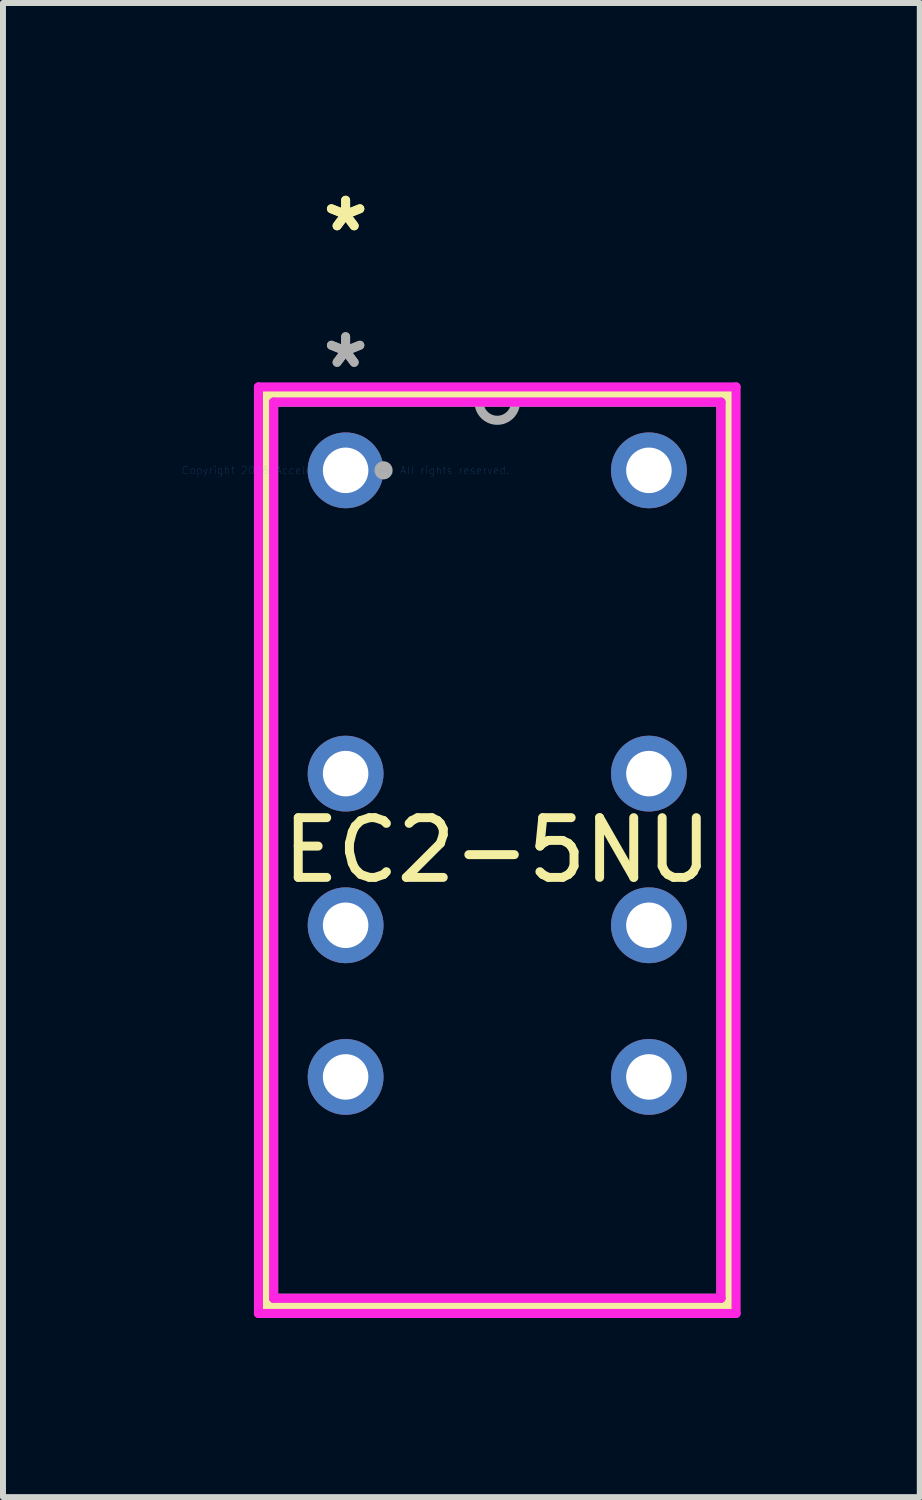
<source format=kicad_pcb>
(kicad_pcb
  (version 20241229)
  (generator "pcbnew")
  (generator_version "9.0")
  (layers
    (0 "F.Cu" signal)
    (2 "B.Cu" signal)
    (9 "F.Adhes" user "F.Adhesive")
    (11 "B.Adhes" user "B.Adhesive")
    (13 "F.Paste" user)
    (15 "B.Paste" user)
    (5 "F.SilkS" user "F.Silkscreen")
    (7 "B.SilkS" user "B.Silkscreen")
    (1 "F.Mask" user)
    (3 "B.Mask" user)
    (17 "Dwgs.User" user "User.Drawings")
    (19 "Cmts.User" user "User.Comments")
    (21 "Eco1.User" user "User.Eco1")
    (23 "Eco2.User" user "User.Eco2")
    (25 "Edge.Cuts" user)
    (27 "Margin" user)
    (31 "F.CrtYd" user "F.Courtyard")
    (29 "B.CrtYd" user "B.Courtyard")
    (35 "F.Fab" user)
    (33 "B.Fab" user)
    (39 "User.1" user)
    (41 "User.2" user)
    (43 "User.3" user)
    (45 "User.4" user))
  (footprint "EC2-5NU"
    (layer "F.Cu")
    (at 2.739 4.828)
    (property "Reference" "EC2-5NU" (at 2.54 6.363 0) (layer "F.SilkS") (effects (font (size 1 1) (thickness 0.15))))
    (attr through_hole)
    (fp_line (start -1.333 -1.27) (end -1.333 13.995) (stroke (width 0.152) (type solid)) (layer "F.SilkS"))
    (fp_line (start -1.333 13.995) (end 6.413 13.995) (stroke (width 0.152) (type solid)) (layer "F.SilkS"))
    (fp_line (start 6.413 -1.27) (end -1.333 -1.27) (stroke (width 0.152) (type solid)) (layer "F.SilkS"))
    (fp_line (start 6.413 13.995) (end 6.413 -1.27) (stroke (width 0.152) (type solid)) (layer "F.SilkS"))
    (fp_line (start -1.46 -1.397) (end 6.54 -1.397) (stroke (width 0.152) (type solid)) (layer "F.CrtYd"))
    (fp_line (start -1.46 14.122) (end -1.46 -1.397) (stroke (width 0.152) (type solid)) (layer "F.CrtYd"))
    (fp_line (start -1.206 -1.143) (end 6.287 -1.143) (stroke (width 0.152) (type solid)) (layer "F.CrtYd"))
    (fp_line (start -1.206 13.868) (end -1.206 -1.143) (stroke (width 0.152) (type solid)) (layer "F.CrtYd"))
    (fp_line (start 6.287 -1.143) (end 6.287 13.868) (stroke (width 0.152) (type solid)) (layer "F.CrtYd"))
    (fp_line (start 6.287 13.868) (end -1.206 13.868) (stroke (width 0.152) (type solid)) (layer "F.CrtYd"))
    (fp_line (start 6.54 -1.397) (end 6.54 14.122) (stroke (width 0.152) (type solid)) (layer "F.CrtYd"))
    (fp_line (start 6.54 14.122) (end -1.46 14.122) (stroke (width 0.152) (type solid)) (layer "F.CrtYd"))
    (fp_line (start -1.206 -1.143) (end -1.206 13.868) (stroke (width 0.152) (type solid)) (layer "F.Fab"))
    (fp_line (start -1.206 13.868) (end 6.287 13.868) (stroke (width 0.152) (type solid)) (layer "F.Fab"))
    (fp_line (start 6.287 -1.143) (end -1.206 -1.143) (stroke (width 0.152) (type solid)) (layer "F.Fab"))
    (fp_line (start 6.287 13.868) (end 6.287 -1.143) (stroke (width 0.152) (type solid)) (layer "F.Fab"))
    (fp_arc (start 2.8448 -1.143) (mid 2.54 -0.8382) (end 2.2352 -1.143) (stroke (width 0.1524) (type solid)) (layer "F.Fab"))
    (fp_circle (center 0.635 0) (end 0.635 0) (stroke (width 0.152) (type solid)) (fill no) (layer "F.Fab"))
    (fp_text user "*" (at 0 -3.979 0) (layer "F.SilkS") (effects (font (size 1 1) (thickness 0.15))))
    (fp_text user "*" (at 0 -3.979 0) (layer "F.SilkS") (effects (font (size 1 1) (thickness 0.15))))
    (fp_text user "Copyright 2016 Accelerated Designs. All rights reserved." (at 0 0 0) (layer "Cmts.User") (effects (font (size 0.127 0.127) (thickness 0.002))))
    (fp_text user "*" (at 0 -1.693 0) (layer "F.Fab") (effects (font (size 1 1) (thickness 0.15))))
    (fp_text user "*" (at 0 -1.693 0) (layer "F.Fab") (effects (font (size 1 1) (thickness 0.15))))
    (pad "1" thru_hole circle (at 0 0) (size 1.27 1.27) (drill 0.762) (layers "*.Cu" "*.Mask"))
    (pad "2" thru_hole circle (at 0 5.08) (size 1.27 1.27) (drill 0.762) (layers "*.Cu" "*.Mask"))
    (pad "3" thru_hole circle (at 0 7.62) (size 1.27 1.27) (drill 0.762) (layers "*.Cu" "*.Mask"))
    (pad "4" thru_hole circle (at 0 10.16) (size 1.27 1.27) (drill 0.762) (layers "*.Cu" "*.Mask"))
    (pad "5" thru_hole circle (at 5.08 10.16) (size 1.27 1.27) (drill 0.762) (layers "*.Cu" "*.Mask"))
    (pad "6" thru_hole circle (at 5.08 7.62) (size 1.27 1.27) (drill 0.762) (layers "*.Cu" "*.Mask"))
    (pad "7" thru_hole circle (at 5.08 5.08) (size 1.27 1.27) (drill 0.762) (layers "*.Cu" "*.Mask"))
    (pad "8" thru_hole circle (at 5.08 0) (size 1.27 1.27) (drill 0.762) (layers "*.Cu" "*.Mask")))
  (gr_rect
    (start -3 -3)
    (end 12.356 22.026)
    (stroke (width 0.1) (type default))
    (fill no)
    (layer "Edge.Cuts")))
</source>
